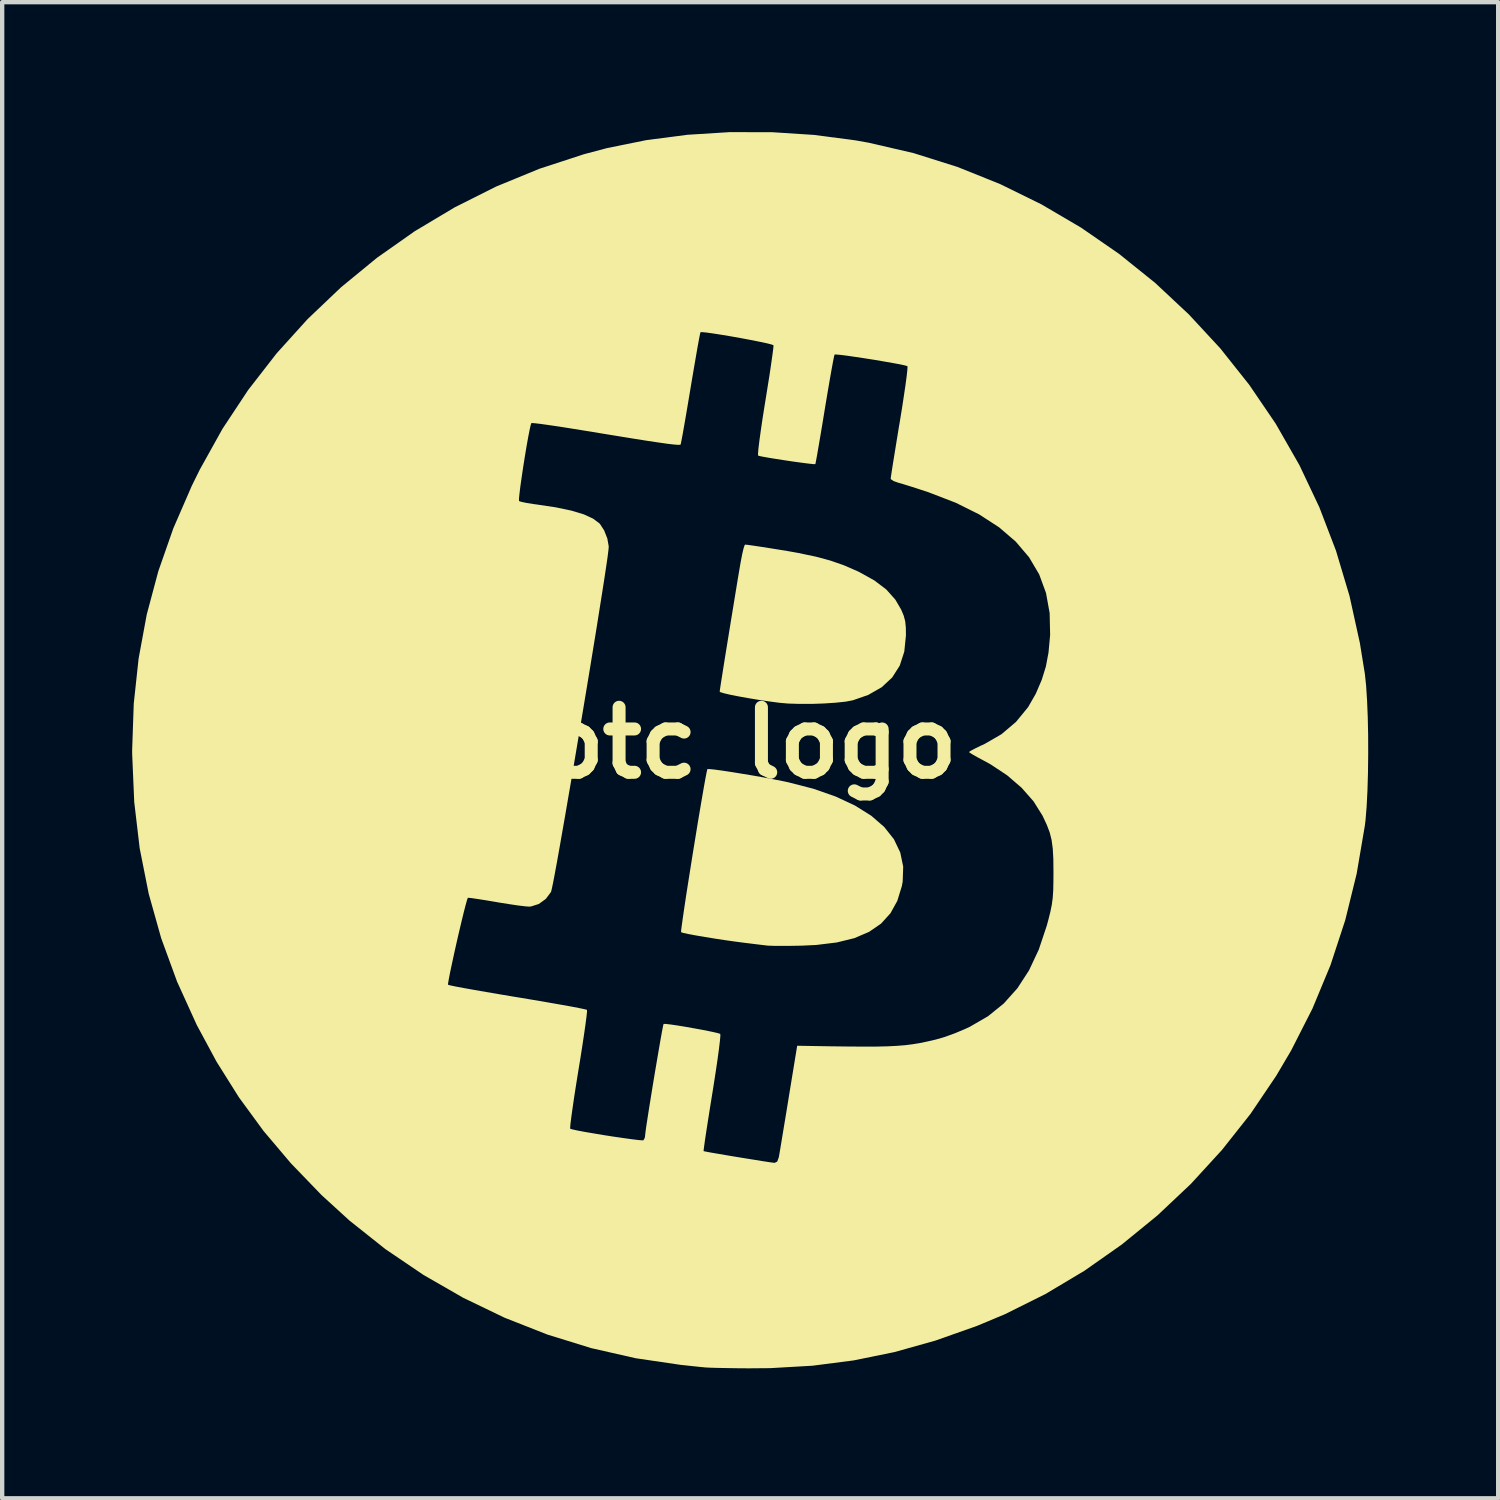
<source format=kicad_pcb>
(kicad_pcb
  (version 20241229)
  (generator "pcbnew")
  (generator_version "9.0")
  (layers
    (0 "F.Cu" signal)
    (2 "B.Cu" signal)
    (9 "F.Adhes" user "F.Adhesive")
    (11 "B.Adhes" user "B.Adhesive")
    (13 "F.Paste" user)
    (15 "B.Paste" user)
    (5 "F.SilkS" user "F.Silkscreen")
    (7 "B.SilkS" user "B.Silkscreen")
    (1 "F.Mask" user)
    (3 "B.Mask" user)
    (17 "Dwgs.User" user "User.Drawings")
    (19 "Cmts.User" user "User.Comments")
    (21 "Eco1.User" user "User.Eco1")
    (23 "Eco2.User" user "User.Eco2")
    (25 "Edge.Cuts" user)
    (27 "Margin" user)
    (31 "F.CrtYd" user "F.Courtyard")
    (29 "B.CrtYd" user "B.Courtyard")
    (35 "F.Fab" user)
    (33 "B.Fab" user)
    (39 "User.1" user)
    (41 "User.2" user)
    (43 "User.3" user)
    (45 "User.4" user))
  (footprint "btc logo"
    (layer "F.Cu")
    (at 14.274 14.096)
    (property "Reference" "btc logo" (at 0 0 0) (layer "F.SilkS") (effects (font (size 1.5 1.5) (thickness 0.3))))
    (attr board_only exclude_from_pos_files exclude_from_bom)
    (fp_poly (pts (xy -0.064 -4.57) (xy 0.065 -4.552) (xy 0.24 -4.526) (xy 0.443 -4.494) (xy 0.654 -4.46) (xy 0.857 -4.427) (xy 1.031 -4.396) (xy 1.103 -4.383) (xy 1.502 -4.299) (xy 1.844 -4.207) (xy 2.156 -4.098) (xy 2.464 -3.964) (xy 2.504 -3.945) (xy 2.856 -3.75) (xy 3.132 -3.54) (xy 3.34 -3.307) (xy 3.475 -3.076) (xy 3.534 -2.936) (xy 3.568 -2.808) (xy 3.583 -2.66) (xy 3.585 -2.477) (xy 3.547 -2.106) (xy 3.442 -1.783) (xy 3.268 -1.51) (xy 3.026 -1.285) (xy 2.715 -1.107) (xy 2.362 -0.984) (xy 2.196 -0.952) (xy 1.968 -0.928) (xy 1.699 -0.91) (xy 1.412 -0.9) (xy 1.127 -0.9) (xy 0.866 -0.908) (xy 0.672 -0.925) (xy 0.435 -0.956) (xy 0.189 -0.993) (xy -0.053 -1.033) (xy -0.276 -1.073) (xy -0.468 -1.111) (xy -0.613 -1.145) (xy -0.698 -1.171) (xy -0.714 -1.183) (xy -0.707 -1.233) (xy -0.689 -1.354) (xy -0.66 -1.536) (xy -0.624 -1.766) (xy -0.581 -2.034) (xy -0.533 -2.329) (xy -0.483 -2.638) (xy -0.432 -2.951) (xy -0.382 -3.256) (xy -0.335 -3.542) (xy -0.293 -3.798) (xy -0.257 -4.012) (xy -0.229 -4.173) (xy -0.226 -4.188) (xy -0.194 -4.356) (xy -0.163 -4.487) (xy -0.138 -4.564) (xy -0.128 -4.576)) (stroke (width 0) (type solid)) (fill yes) (layer "F.SilkS"))
    (fp_poly (pts (xy -0.833 0.616) (xy -0.662 0.639) (xy -0.45 0.671) (xy -0.21 0.71) (xy 0.044 0.752) (xy 0.298 0.797) (xy 0.538 0.842) (xy 0.751 0.884) (xy 0.861 0.907) (xy 1.448 1.058) (xy 1.965 1.239) (xy 2.411 1.447) (xy 2.785 1.682) (xy 3.084 1.941) (xy 3.308 2.224) (xy 3.454 2.53) (xy 3.522 2.856) (xy 3.51 3.201) (xy 3.49 3.308) (xy 3.386 3.646) (xy 3.227 3.933) (xy 3.011 4.171) (xy 2.735 4.361) (xy 2.396 4.506) (xy 1.99 4.606) (xy 1.514 4.664) (xy 1.176 4.68) (xy 0.938 4.684) (xy 0.719 4.685) (xy 0.537 4.684) (xy 0.411 4.68) (xy 0.378 4.677) (xy 0.267 4.664) (xy 0.103 4.644) (xy -0.082 4.621) (xy -0.126 4.616) (xy -0.34 4.588) (xy -0.576 4.555) (xy -0.818 4.518) (xy -1.052 4.48) (xy -1.263 4.444) (xy -1.435 4.412) (xy -1.554 4.386) (xy -1.604 4.37) (xy -1.603 4.326) (xy -1.588 4.209) (xy -1.563 4.03) (xy -1.529 3.798) (xy -1.488 3.525) (xy -1.44 3.218) (xy -1.388 2.89) (xy -1.334 2.55) (xy -1.278 2.208) (xy -1.224 1.874) (xy -1.171 1.559) (xy -1.122 1.272) (xy -1.079 1.023) (xy -1.043 0.824) (xy -1.016 0.683) (xy -1 0.612) (xy -0.997 0.605) (xy -0.949 0.604)) (stroke (width 0) (type solid)) (fill yes) (layer "F.SilkS"))
    (fp_poly (pts (xy 0.492 -14.095) (xy 1.468 -14.032) (xy 2.423 -13.906) (xy 2.726 -13.852) (xy 3.762 -13.612) (xy 4.774 -13.293) (xy 5.758 -12.898) (xy 6.711 -12.43) (xy 7.627 -11.892) (xy 8.502 -11.288) (xy 9.333 -10.62) (xy 10.113 -9.891) (xy 10.841 -9.105) (xy 11.509 -8.264) (xy 12.116 -7.372) (xy 12.132 -7.345) (xy 12.667 -6.41) (xy 13.126 -5.44) (xy 13.511 -4.435) (xy 13.823 -3.391) (xy 14.062 -2.306) (xy 14.177 -1.595) (xy 14.206 -1.321) (xy 14.228 -0.981) (xy 14.244 -0.592) (xy 14.253 -0.172) (xy 14.254 0.262) (xy 14.249 0.693) (xy 14.237 1.102) (xy 14.218 1.472) (xy 14.192 1.787) (xy 14.177 1.91) (xy 13.988 3.019) (xy 13.724 4.092) (xy 13.384 5.129) (xy 12.968 6.131) (xy 12.476 7.099) (xy 12.131 7.684) (xy 11.538 8.562) (xy 10.88 9.394) (xy 10.162 10.178) (xy 9.39 10.906) (xy 8.569 11.576) (xy 7.705 12.183) (xy 6.804 12.721) (xy 5.872 13.185) (xy 5.227 13.455) (xy 4.265 13.795) (xy 3.321 14.06) (xy 2.381 14.252) (xy 1.429 14.375) (xy 0.451 14.431) (xy -0.042 14.435) (xy -0.312 14.433) (xy -0.563 14.429) (xy -0.778 14.425) (xy -0.943 14.42) (xy -1.041 14.415) (xy -1.05 14.414) (xy -1.155 14.404) (xy -1.318 14.387) (xy -1.51 14.366) (xy -1.616 14.355) (xy -2.654 14.202) (xy -3.681 13.968) (xy -4.69 13.656) (xy -5.676 13.268) (xy -6.631 12.808) (xy -7.551 12.279) (xy -8.429 11.684) (xy -9.259 11.024) (xy -9.903 10.436) (xy -10.609 9.704) (xy -11.242 8.956) (xy -11.81 8.18) (xy -12.325 7.36) (xy -12.783 6.51) (xy -13.204 5.583) (xy -6.983 5.583) (xy -6.935 5.596) (xy -6.813 5.622) (xy -6.627 5.657) (xy -6.387 5.7) (xy -6.1 5.75) (xy -5.777 5.805) (xy -5.426 5.864) (xy -5.375 5.872) (xy -5.022 5.931) (xy -4.695 5.987) (xy -4.404 6.038) (xy -4.157 6.082) (xy -3.964 6.119) (xy -3.835 6.146) (xy -3.778 6.161) (xy -3.776 6.162) (xy -3.776 6.209) (xy -3.789 6.329) (xy -3.813 6.512) (xy -3.847 6.748) (xy -3.889 7.026) (xy -3.938 7.337) (xy -3.971 7.536) (xy -4.023 7.861) (xy -4.07 8.16) (xy -4.108 8.422) (xy -4.138 8.637) (xy -4.158 8.795) (xy -4.165 8.886) (xy -4.164 8.905) (xy -4.112 8.921) (xy -3.994 8.947) (xy -3.824 8.979) (xy -3.618 9.014) (xy -3.392 9.052) (xy -3.161 9.088) (xy -2.94 9.12) (xy -2.746 9.147) (xy -2.593 9.166) (xy -2.498 9.173) (xy -2.474 9.172) (xy -2.442 9.115) (xy -2.434 9.055) (xy -2.427 8.99) (xy -2.409 8.856) (xy -2.38 8.669) (xy -2.344 8.438) (xy -2.302 8.178) (xy -2.257 7.9) (xy -2.21 7.616) (xy -2.163 7.339) (xy -2.119 7.081) (xy -2.08 6.855) (xy -2.047 6.672) (xy -2.023 6.546) (xy -2.009 6.488) (xy -2.008 6.486) (xy -1.961 6.486) (xy -1.85 6.499) (xy -1.691 6.522) (xy -1.502 6.553) (xy -1.3 6.589) (xy -1.102 6.625) (xy -0.927 6.66) (xy -0.791 6.69) (xy -0.712 6.712) (xy -0.7 6.718) (xy -0.698 6.765) (xy -0.709 6.886) (xy -0.731 7.069) (xy -0.763 7.304) (xy -0.804 7.582) (xy -0.852 7.892) (xy -0.882 8.08) (xy -0.934 8.403) (xy -0.981 8.699) (xy -1.021 8.957) (xy -1.053 9.168) (xy -1.074 9.321) (xy -1.085 9.407) (xy -1.085 9.422) (xy -1.041 9.432) (xy -0.93 9.453) (xy -0.767 9.481) (xy -0.568 9.515) (xy -0.347 9.552) (xy -0.12 9.589) (xy 0.097 9.624) (xy 0.289 9.655) (xy 0.44 9.678) (xy 0.535 9.691) (xy 0.554 9.693) (xy 0.615 9.663) (xy 0.652 9.56) (xy 0.665 9.484) (xy 0.69 9.337) (xy 0.724 9.131) (xy 0.766 8.877) (xy 0.814 8.588) (xy 0.865 8.275) (xy 0.876 8.206) (xy 1.075 6.99) (xy 1.367 6.995) (xy 1.856 7.003) (xy 2.272 7.008) (xy 2.622 7.01) (xy 2.918 7.009) (xy 3.168 7.003) (xy 3.382 6.992) (xy 3.57 6.977) (xy 3.742 6.955) (xy 3.906 6.928) (xy 4.074 6.893) (xy 4.253 6.852) (xy 4.303 6.839) (xy 4.49 6.784) (xy 4.715 6.702) (xy 4.944 6.606) (xy 5.06 6.552) (xy 5.478 6.31) (xy 5.843 6.015) (xy 6.158 5.663) (xy 6.426 5.25) (xy 6.651 4.771) (xy 6.835 4.221) (xy 6.871 4.088) (xy 6.919 3.897) (xy 6.952 3.734) (xy 6.973 3.576) (xy 6.985 3.399) (xy 6.989 3.179) (xy 6.99 2.981) (xy 6.987 2.679) (xy 6.974 2.44) (xy 6.947 2.242) (xy 6.903 2.066) (xy 6.836 1.89) (xy 6.744 1.694) (xy 6.736 1.677) (xy 6.531 1.35) (xy 6.255 1.036) (xy 5.919 0.747) (xy 5.535 0.493) (xy 5.396 0.417) (xy 5.243 0.335) (xy 5.123 0.267) (xy 5.052 0.222) (xy 5.04 0.21) (xy 5.076 0.185) (xy 5.172 0.134) (xy 5.312 0.065) (xy 5.407 0.021) (xy 5.79 -0.2) (xy 6.126 -0.485) (xy 6.404 -0.824) (xy 6.582 -1.134) (xy 6.72 -1.456) (xy 6.815 -1.763) (xy 6.876 -2.086) (xy 6.91 -2.455) (xy 6.913 -2.498) (xy 6.902 -2.997) (xy 6.818 -3.46) (xy 6.661 -3.888) (xy 6.428 -4.283) (xy 6.12 -4.645) (xy 5.736 -4.975) (xy 5.276 -5.273) (xy 4.738 -5.541) (xy 4.121 -5.779) (xy 4.091 -5.79) (xy 3.88 -5.859) (xy 3.681 -5.923) (xy 3.516 -5.974) (xy 3.411 -6.004) (xy 3.303 -6.042) (xy 3.24 -6.084) (xy 3.233 -6.1) (xy 3.24 -6.153) (xy 3.259 -6.278) (xy 3.288 -6.464) (xy 3.327 -6.702) (xy 3.372 -6.98) (xy 3.422 -7.288) (xy 3.443 -7.409) (xy 3.494 -7.723) (xy 3.538 -8.011) (xy 3.575 -8.262) (xy 3.602 -8.464) (xy 3.618 -8.609) (xy 3.622 -8.685) (xy 3.62 -8.694) (xy 3.57 -8.71) (xy 3.453 -8.736) (xy 3.284 -8.767) (xy 3.08 -8.803) (xy 2.856 -8.841) (xy 2.627 -8.877) (xy 2.407 -8.91) (xy 2.214 -8.938) (xy 2.061 -8.957) (xy 1.964 -8.965) (xy 1.938 -8.963) (xy 1.926 -8.918) (xy 1.902 -8.799) (xy 1.869 -8.619) (xy 1.828 -8.387) (xy 1.781 -8.113) (xy 1.73 -7.809) (xy 1.711 -7.694) (xy 1.66 -7.381) (xy 1.612 -7.096) (xy 1.57 -6.85) (xy 1.536 -6.651) (xy 1.51 -6.511) (xy 1.496 -6.44) (xy 1.494 -6.434) (xy 1.449 -6.434) (xy 1.339 -6.446) (xy 1.181 -6.466) (xy 0.991 -6.492) (xy 0.789 -6.522) (xy 0.59 -6.553) (xy 0.412 -6.582) (xy 0.273 -6.607) (xy 0.189 -6.625) (xy 0.174 -6.631) (xy 0.171 -6.676) (xy 0.181 -6.795) (xy 0.203 -6.975) (xy 0.235 -7.207) (xy 0.275 -7.48) (xy 0.323 -7.783) (xy 0.341 -7.893) (xy 0.391 -8.206) (xy 0.437 -8.493) (xy 0.474 -8.744) (xy 0.503 -8.947) (xy 0.522 -9.092) (xy 0.529 -9.168) (xy 0.528 -9.177) (xy 0.485 -9.195) (xy 0.374 -9.223) (xy 0.21 -9.258) (xy 0.009 -9.298) (xy -0.213 -9.34) (xy -0.443 -9.381) (xy -0.664 -9.418) (xy -0.861 -9.449) (xy -1.019 -9.471) (xy -1.123 -9.481) (xy -1.157 -9.479) (xy -1.168 -9.434) (xy -1.191 -9.317) (xy -1.224 -9.138) (xy -1.264 -8.906) (xy -1.311 -8.633) (xy -1.363 -8.327) (xy -1.386 -8.189) (xy -1.439 -7.872) (xy -1.488 -7.582) (xy -1.532 -7.329) (xy -1.568 -7.124) (xy -1.596 -6.977) (xy -1.612 -6.898) (xy -1.615 -6.887) (xy -1.636 -6.88) (xy -1.691 -6.88) (xy -1.784 -6.888) (xy -1.922 -6.904) (xy -2.11 -6.931) (xy -2.354 -6.967) (xy -2.66 -7.015) (xy -3.034 -7.076) (xy -3.481 -7.149) (xy -3.809 -7.203) (xy -4.119 -7.253) (xy -4.402 -7.298) (xy -4.648 -7.334) (xy -4.845 -7.362) (xy -4.984 -7.378) (xy -5.054 -7.383) (xy -5.06 -7.381) (xy -5.077 -7.331) (xy -5.103 -7.213) (xy -5.136 -7.043) (xy -5.173 -6.835) (xy -5.211 -6.605) (xy -5.249 -6.367) (xy -5.283 -6.137) (xy -5.313 -5.928) (xy -5.334 -5.756) (xy -5.346 -5.636) (xy -5.345 -5.582) (xy -5.344 -5.581) (xy -5.29 -5.563) (xy -5.173 -5.538) (xy -5.015 -5.513) (xy -4.933 -5.502) (xy -4.493 -5.436) (xy -4.133 -5.36) (xy -3.848 -5.274) (xy -3.634 -5.175) (xy -3.487 -5.064) (xy -3.476 -5.052) (xy -3.38 -4.904) (xy -3.307 -4.718) (xy -3.275 -4.537) (xy -3.275 -4.521) (xy -3.282 -4.443) (xy -3.301 -4.291) (xy -3.333 -4.071) (xy -3.375 -3.792) (xy -3.427 -3.46) (xy -3.487 -3.083) (xy -3.553 -2.667) (xy -3.626 -2.219) (xy -3.703 -1.747) (xy -3.784 -1.258) (xy -3.867 -0.759) (xy -3.951 -0.256) (xy -4.035 0.242) (xy -4.117 0.729) (xy -4.198 1.198) (xy -4.274 1.642) (xy -4.346 2.053) (xy -4.411 2.424) (xy -4.469 2.749) (xy -4.519 3.02) (xy -4.559 3.23) (xy -4.589 3.372) (xy -4.606 3.439) (xy -4.607 3.441) (xy -4.726 3.6) (xy -4.888 3.718) (xy -5.067 3.775) (xy -5.117 3.779) (xy -5.211 3.771) (xy -5.369 3.752) (xy -5.571 3.722) (xy -5.798 3.686) (xy -5.89 3.67) (xy -6.108 3.633) (xy -6.294 3.604) (xy -6.434 3.583) (xy -6.514 3.575) (xy -6.526 3.575) (xy -6.545 3.627) (xy -6.578 3.745) (xy -6.622 3.916) (xy -6.673 4.126) (xy -6.729 4.362) (xy -6.786 4.61) (xy -6.841 4.856) (xy -6.891 5.087) (xy -6.934 5.289) (xy -6.965 5.448) (xy -6.982 5.55) (xy -6.983 5.583) (xy -13.204 5.583) (xy -13.235 5.516) (xy -13.604 4.507) (xy -13.892 3.481) (xy -14.1 2.433) (xy -14.226 1.363) (xy -14.273 0.268) (xy -14.274 0.168) (xy -14.237 -0.905) (xy -14.125 -1.946) (xy -13.937 -2.963) (xy -13.67 -3.962) (xy -13.324 -4.951) (xy -12.896 -5.936) (xy -12.713 -6.307) (xy -12.188 -7.25) (xy -11.596 -8.145) (xy -10.939 -8.991) (xy -10.223 -9.783) (xy -9.45 -10.518) (xy -8.625 -11.195) (xy -7.751 -11.81) (xy -6.832 -12.359) (xy -5.872 -12.841) (xy -4.874 -13.251) (xy -3.842 -13.588) (xy -3.309 -13.729) (xy -2.406 -13.912) (xy -1.461 -14.035) (xy -0.49 -14.096)) (stroke (width 0) (type solid)) (fill yes) (layer "F.SilkS")))
  (gr_rect
    (start -3 -3)
    (end 31.528 31.531)
    (stroke (width 0.1) (type default))
    (fill no)
    (layer "Edge.Cuts")))
</source>
